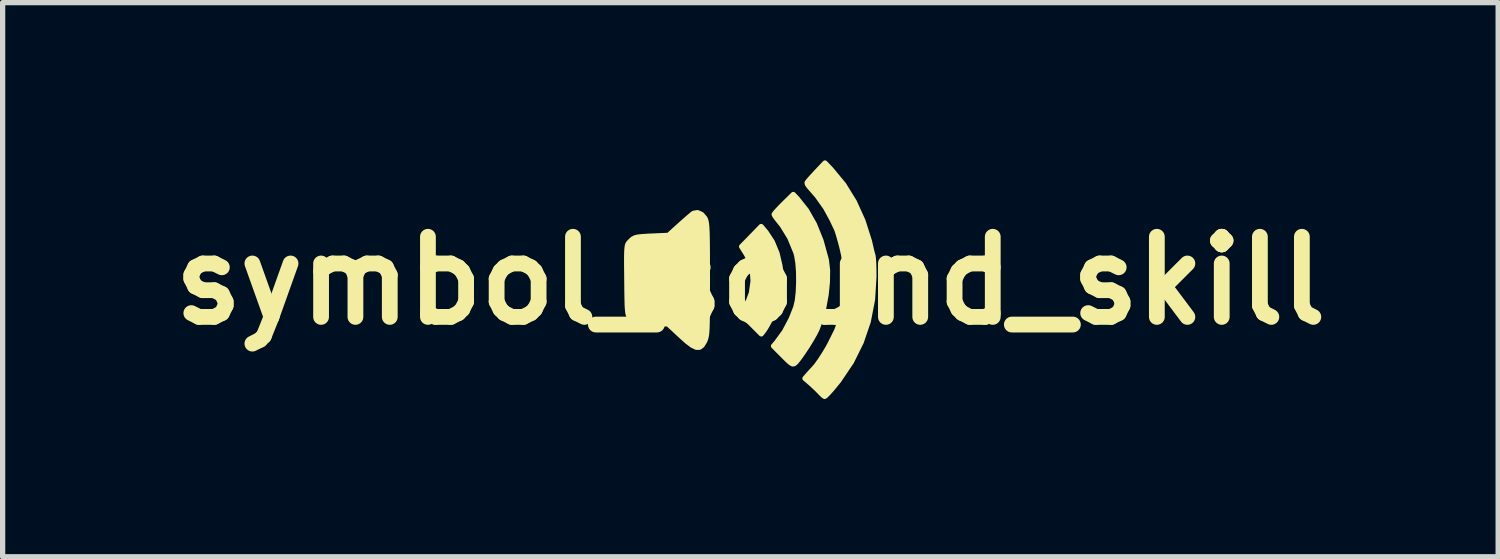
<source format=kicad_pcb>
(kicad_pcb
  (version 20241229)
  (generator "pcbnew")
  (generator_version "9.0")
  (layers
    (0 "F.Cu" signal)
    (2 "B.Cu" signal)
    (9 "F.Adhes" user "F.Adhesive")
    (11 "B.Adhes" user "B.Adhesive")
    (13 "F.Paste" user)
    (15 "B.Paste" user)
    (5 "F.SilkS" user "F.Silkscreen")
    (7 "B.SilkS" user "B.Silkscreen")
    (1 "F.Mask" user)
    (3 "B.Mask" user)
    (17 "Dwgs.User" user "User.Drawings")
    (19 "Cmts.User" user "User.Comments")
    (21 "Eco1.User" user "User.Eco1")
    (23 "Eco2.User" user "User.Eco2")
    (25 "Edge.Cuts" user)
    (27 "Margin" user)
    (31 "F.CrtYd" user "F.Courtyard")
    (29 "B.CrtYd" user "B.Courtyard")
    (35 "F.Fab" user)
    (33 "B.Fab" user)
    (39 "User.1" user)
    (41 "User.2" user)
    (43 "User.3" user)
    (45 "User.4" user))
  (footprint "symbol_sound_skill"
    (layer "F.Cu")
    (at 11.22 2.287)
    (property "Reference" "symbol_sound_skill" (at 0 0 0) (layer "F.SilkS") (effects (font (size 1.524 1.524) (thickness 0.3))))
    (attr through_hole)
    (fp_poly (pts (xy 0.581 -0.025) (xy 0.567 0.187) (xy 0.549 0.303) (xy 0.53 0.401) (xy 0.514 0.464) (xy 0.51 0.475) (xy 0.486 0.523) (xy 0.445 0.604) (xy 0.397 0.702) (xy 0.395 0.705) (xy 0.342 0.806) (xy 0.292 0.894) (xy 0.255 0.95) (xy 0.207 1.012) (xy 0.024 0.829) (xy -0.158 0.647) (xy -0.064 0.458) (xy 0.02 0.233) (xy 0.052 0.006) (xy 0.035 -0.216) (xy -0.033 -0.424) (xy -0.086 -0.52) (xy -0.167 -0.648) (xy 0.019 -0.838) (xy 0.204 -1.029) (xy 0.297 -0.919) (xy 0.416 -0.737) (xy 0.506 -0.519) (xy 0.562 -0.277) (xy 0.581 -0.025)) (stroke (width 0.1) (type solid)) (fill yes) (layer "F.SilkS"))
    (fp_poly (pts (xy 1.466 -0.195) (xy 1.463 0.026) (xy 1.439 0.266) (xy 1.394 0.509) (xy 1.333 0.741) (xy 1.265 0.925) (xy 1.22 1.014) (xy 1.156 1.126) (xy 1.08 1.249) (xy 1.001 1.368) (xy 0.929 1.47) (xy 0.872 1.542) (xy 0.855 1.559) (xy 0.828 1.58) (xy 0.8 1.582) (xy 0.764 1.561) (xy 0.707 1.511) (xy 0.622 1.426) (xy 0.621 1.425) (xy 0.44 1.243) (xy 0.496 1.179) (xy 0.647 0.972) (xy 0.778 0.724) (xy 0.863 0.508) (xy 0.893 0.381) (xy 0.911 0.215) (xy 0.919 0.028) (xy 0.917 -0.162) (xy 0.904 -0.339) (xy 0.879 -0.486) (xy 0.865 -0.536) (xy 0.749 -0.818) (xy 0.606 -1.051) (xy 0.562 -1.106) (xy 0.504 -1.179) (xy 0.464 -1.235) (xy 0.452 -1.259) (xy 0.47 -1.287) (xy 0.521 -1.344) (xy 0.594 -1.42) (xy 0.633 -1.459) (xy 0.815 -1.638) (xy 0.889 -1.56) (xy 1.066 -1.337) (xy 1.218 -1.069) (xy 1.342 -0.761) (xy 1.436 -0.421) (xy 1.445 -0.381) (xy 1.466 -0.195)) (stroke (width 0.1) (type solid)) (fill yes) (layer "F.SilkS"))
    (fp_poly (pts (xy -0.818 -0.03) (xy -0.819 0.246) (xy -0.819 0.471) (xy -0.82 0.652) (xy -0.823 0.793) (xy -0.826 0.902) (xy -0.831 0.983) (xy -0.838 1.043) (xy -0.848 1.088) (xy -0.859 1.123) (xy -0.873 1.154) (xy -0.875 1.158) (xy -0.92 1.23) (xy -0.969 1.266) (xy -1.028 1.267) (xy -1.105 1.23) (xy -1.206 1.154) (xy -1.326 1.046) (xy -1.566 0.823) (xy -1.886 0.814) (xy -2.025 0.809) (xy -2.12 0.803) (xy -2.181 0.793) (xy -2.222 0.775) (xy -2.254 0.748) (xy -2.274 0.725) (xy -2.298 0.696) (xy -2.315 0.665) (xy -2.328 0.624) (xy -2.336 0.564) (xy -2.342 0.478) (xy -2.345 0.355) (xy -2.348 0.189) (xy -2.349 0.09) (xy -2.351 -0.137) (xy -2.353 -0.315) (xy -2.353 -0.449) (xy -2.351 -0.548) (xy -2.346 -0.618) (xy -2.339 -0.666) (xy -2.327 -0.698) (xy -2.311 -0.722) (xy -2.289 -0.743) (xy -2.276 -0.757) (xy -2.239 -0.79) (xy -2.2 -0.812) (xy -2.146 -0.827) (xy -2.066 -0.836) (xy -1.946 -0.844) (xy -1.879 -0.847) (xy -1.558 -0.861) (xy -1.34 -1.058) (xy -1.245 -1.143) (xy -1.162 -1.215) (xy -1.103 -1.264) (xy -1.081 -1.28) (xy -1.007 -1.293) (xy -0.93 -1.26) (xy -0.868 -1.189) (xy -0.855 -1.163) (xy -0.845 -1.13) (xy -0.836 -1.082) (xy -0.83 -1.015) (xy -0.825 -0.923) (xy -0.822 -0.8) (xy -0.82 -0.641) (xy -0.819 -0.44) (xy -0.819 -0.192) (xy -0.818 -0.03)) (stroke (width 0.1) (type solid)) (fill yes) (layer "F.SilkS"))
    (fp_poly (pts (xy 2.348 -0.072) (xy 2.321 0.36) (xy 2.241 0.774) (xy 2.107 1.168) (xy 1.921 1.543) (xy 1.682 1.898) (xy 1.548 2.062) (xy 1.484 2.133) (xy 1.434 2.184) (xy 1.411 2.201) (xy 1.384 2.182) (xy 1.337 2.136) (xy 1.326 2.124) (xy 1.26 2.057) (xy 1.178 1.98) (xy 1.147 1.952) (xy 1.038 1.859) (xy 1.104 1.783) (xy 1.157 1.724) (xy 1.197 1.682) (xy 1.2 1.679) (xy 1.258 1.611) (xy 1.331 1.509) (xy 1.409 1.388) (xy 1.482 1.265) (xy 1.524 1.185) (xy 1.573 1.087) (xy 1.614 1.004) (xy 1.64 0.953) (xy 1.64 0.952) (xy 1.662 0.894) (xy 1.692 0.795) (xy 1.724 0.672) (xy 1.755 0.539) (xy 1.779 0.423) (xy 1.789 0.344) (xy 1.797 0.225) (xy 1.802 0.083) (xy 1.805 -0.044) (xy 1.803 -0.219) (xy 1.793 -0.36) (xy 1.773 -0.491) (xy 1.741 -0.634) (xy 1.734 -0.66) (xy 1.701 -0.782) (xy 1.671 -0.887) (xy 1.647 -0.96) (xy 1.638 -0.983) (xy 1.612 -1.036) (xy 1.574 -1.117) (xy 1.554 -1.16) (xy 1.431 -1.386) (xy 1.27 -1.613) (xy 1.12 -1.785) (xy 1.085 -1.833) (xy 1.078 -1.862) (xy 1.1 -1.893) (xy 1.152 -1.953) (xy 1.224 -2.031) (xy 1.252 -2.062) (xy 1.418 -2.237) (xy 1.536 -2.113) (xy 1.773 -1.827) (xy 1.975 -1.5) (xy 2.139 -1.139) (xy 2.263 -0.75) (xy 2.301 -0.583) (xy 2.319 -0.512) (xy 2.33 -0.474) (xy 2.337 -0.424) (xy 2.343 -0.331) (xy 2.347 -0.209) (xy 2.348 -0.072)) (stroke (width 0.1) (type solid)) (fill yes) (layer "F.SilkS")))
  (gr_rect
    (start -3 -3)
    (end 25.439 7.538)
    (stroke (width 0.1) (type default))
    (fill no)
    (layer "Edge.Cuts")))
</source>
